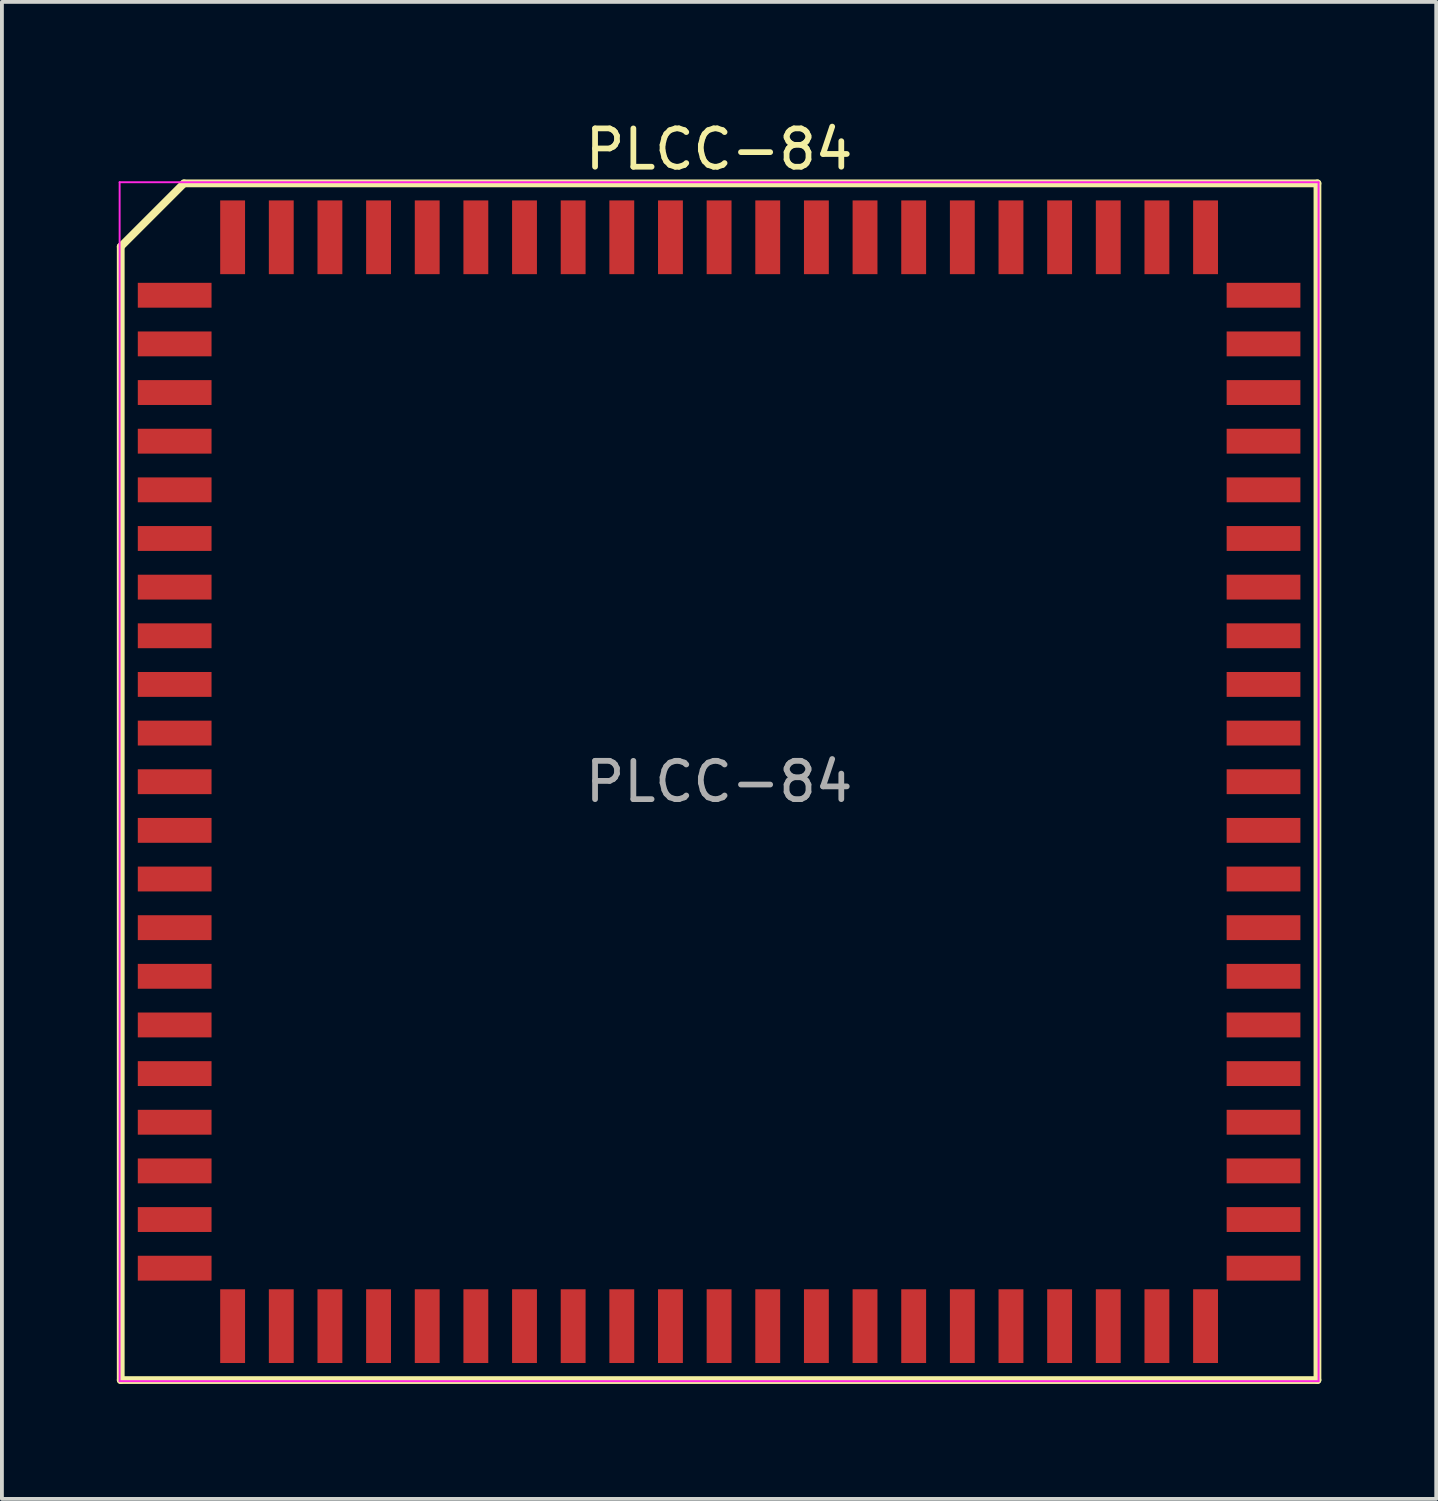
<source format=kicad_pcb>
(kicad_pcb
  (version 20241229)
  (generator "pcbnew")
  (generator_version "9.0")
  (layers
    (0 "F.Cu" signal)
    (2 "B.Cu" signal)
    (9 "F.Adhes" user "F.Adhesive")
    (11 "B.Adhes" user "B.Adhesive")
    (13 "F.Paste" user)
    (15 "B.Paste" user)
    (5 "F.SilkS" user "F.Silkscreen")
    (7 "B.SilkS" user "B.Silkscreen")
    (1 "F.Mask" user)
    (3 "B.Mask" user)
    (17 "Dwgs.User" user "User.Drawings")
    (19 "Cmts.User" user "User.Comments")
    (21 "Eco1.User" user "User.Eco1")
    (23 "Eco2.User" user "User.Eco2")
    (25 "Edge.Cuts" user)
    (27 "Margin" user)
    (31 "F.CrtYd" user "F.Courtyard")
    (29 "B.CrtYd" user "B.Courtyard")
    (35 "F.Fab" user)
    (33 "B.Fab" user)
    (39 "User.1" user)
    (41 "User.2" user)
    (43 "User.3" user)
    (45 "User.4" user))
  (footprint "PLCC-84"
    (layer "F.Cu")
    (at 15.723 17.358)
    (property "Reference" "PLCC-84" (at 0 -16.51 0) (layer "F.SilkS") (effects (font (size 1 1) (thickness 0.15))))
    (attr smd)
    (fp_line (start -15.621 -13.97) (end -15.621 15.621) (stroke (width 0.203) (type solid)) (layer "F.SilkS"))
    (fp_line (start -15.621 15.621) (end 15.621 15.621) (stroke (width 0.203) (type solid)) (layer "F.SilkS"))
    (fp_line (start -13.97 -15.621) (end -15.621 -13.97) (stroke (width 0.203) (type solid)) (layer "F.SilkS"))
    (fp_line (start 15.621 -15.621) (end -13.97 -15.621) (stroke (width 0.203) (type solid)) (layer "F.SilkS"))
    (fp_line (start 15.621 15.621) (end 15.621 -15.621) (stroke (width 0.203) (type solid)) (layer "F.SilkS"))
    (fp_line (start -15.65 -15.65) (end -15.65 15.65) (stroke (width 0.05) (type solid)) (layer "F.CrtYd"))
    (fp_line (start -15.65 15.65) (end 15.65 15.65) (stroke (width 0.05) (type solid)) (layer "F.CrtYd"))
    (fp_line (start 15.65 -15.65) (end -15.65 -15.65) (stroke (width 0.05) (type solid)) (layer "F.CrtYd"))
    (fp_line (start 15.65 15.65) (end 15.65 -15.65) (stroke (width 0.05) (type solid)) (layer "F.CrtYd"))
    (fp_text user "${REFERENCE}" (at 0 0 0) (layer "F.Fab") (effects (font (size 1 1) (thickness 0.15))))
    (pad "1" smd rect (at 0 -14.213) (size 0.649 1.925) (layers "F.Cu" "F.Mask" "F.Paste"))
    (pad "2" smd rect (at -1.27 -14.213) (size 0.649 1.925) (layers "F.Cu" "F.Mask" "F.Paste"))
    (pad "3" smd rect (at -2.54 -14.213) (size 0.649 1.925) (layers "F.Cu" "F.Mask" "F.Paste"))
    (pad "4" smd rect (at -3.81 -14.213) (size 0.649 1.925) (layers "F.Cu" "F.Mask" "F.Paste"))
    (pad "5" smd rect (at -5.08 -14.213) (size 0.649 1.925) (layers "F.Cu" "F.Mask" "F.Paste"))
    (pad "6" smd rect (at -6.35 -14.213) (size 0.649 1.925) (layers "F.Cu" "F.Mask" "F.Paste"))
    (pad "7" smd rect (at -7.62 -14.213) (size 0.649 1.925) (layers "F.Cu" "F.Mask" "F.Paste"))
    (pad "8" smd rect (at -8.89 -14.213) (size 0.649 1.925) (layers "F.Cu" "F.Mask" "F.Paste"))
    (pad "9" smd rect (at -10.16 -14.213) (size 0.649 1.925) (layers "F.Cu" "F.Mask" "F.Paste"))
    (pad "10" smd rect (at -11.43 -14.213) (size 0.649 1.925) (layers "F.Cu" "F.Mask" "F.Paste"))
    (pad "11" smd rect (at -12.7 -14.213) (size 0.649 1.925) (layers "F.Cu" "F.Mask" "F.Paste"))
    (pad "12" smd rect (at -14.213 -12.7 90) (size 0.649 1.925) (layers "F.Cu" "F.Mask" "F.Paste"))
    (pad "13" smd rect (at -14.213 -11.43 90) (size 0.649 1.925) (layers "F.Cu" "F.Mask" "F.Paste"))
    (pad "14" smd rect (at -14.213 -10.16 90) (size 0.649 1.925) (layers "F.Cu" "F.Mask" "F.Paste"))
    (pad "15" smd rect (at -14.213 -8.89 90) (size 0.649 1.925) (layers "F.Cu" "F.Mask" "F.Paste"))
    (pad "16" smd rect (at -14.213 -7.62 90) (size 0.649 1.925) (layers "F.Cu" "F.Mask" "F.Paste"))
    (pad "17" smd rect (at -14.213 -6.35 90) (size 0.649 1.925) (layers "F.Cu" "F.Mask" "F.Paste"))
    (pad "18" smd rect (at -14.213 -5.08 90) (size 0.649 1.925) (layers "F.Cu" "F.Mask" "F.Paste"))
    (pad "19" smd rect (at -14.213 -3.81 90) (size 0.649 1.925) (layers "F.Cu" "F.Mask" "F.Paste"))
    (pad "20" smd rect (at -14.213 -2.54 90) (size 0.649 1.925) (layers "F.Cu" "F.Mask" "F.Paste"))
    (pad "21" smd rect (at -14.213 -1.27 90) (size 0.649 1.925) (layers "F.Cu" "F.Mask" "F.Paste"))
    (pad "22" smd rect (at -14.213 0 90) (size 0.649 1.925) (layers "F.Cu" "F.Mask" "F.Paste"))
    (pad "23" smd rect (at -14.213 1.27 90) (size 0.649 1.925) (layers "F.Cu" "F.Mask" "F.Paste"))
    (pad "24" smd rect (at -14.213 2.54 90) (size 0.649 1.925) (layers "F.Cu" "F.Mask" "F.Paste"))
    (pad "25" smd rect (at -14.213 3.81 90) (size 0.649 1.925) (layers "F.Cu" "F.Mask" "F.Paste"))
    (pad "26" smd rect (at -14.213 5.08 90) (size 0.649 1.925) (layers "F.Cu" "F.Mask" "F.Paste"))
    (pad "27" smd rect (at -14.213 6.35 90) (size 0.649 1.925) (layers "F.Cu" "F.Mask" "F.Paste"))
    (pad "28" smd rect (at -14.213 7.62 90) (size 0.649 1.925) (layers "F.Cu" "F.Mask" "F.Paste"))
    (pad "29" smd rect (at -14.213 8.89 90) (size 0.649 1.925) (layers "F.Cu" "F.Mask" "F.Paste"))
    (pad "30" smd rect (at -14.213 10.16 90) (size 0.649 1.925) (layers "F.Cu" "F.Mask" "F.Paste"))
    (pad "31" smd rect (at -14.213 11.43 90) (size 0.649 1.925) (layers "F.Cu" "F.Mask" "F.Paste"))
    (pad "32" smd rect (at -14.213 12.7 90) (size 0.649 1.925) (layers "F.Cu" "F.Mask" "F.Paste"))
    (pad "33" smd rect (at -12.7 14.213) (size 0.649 1.925) (layers "F.Cu" "F.Mask" "F.Paste"))
    (pad "34" smd rect (at -11.43 14.213) (size 0.649 1.925) (layers "F.Cu" "F.Mask" "F.Paste"))
    (pad "35" smd rect (at -10.16 14.213) (size 0.649 1.925) (layers "F.Cu" "F.Mask" "F.Paste"))
    (pad "36" smd rect (at -8.89 14.213) (size 0.649 1.925) (layers "F.Cu" "F.Mask" "F.Paste"))
    (pad "37" smd rect (at -7.62 14.213) (size 0.649 1.925) (layers "F.Cu" "F.Mask" "F.Paste"))
    (pad "38" smd rect (at -6.35 14.213) (size 0.649 1.925) (layers "F.Cu" "F.Mask" "F.Paste"))
    (pad "39" smd rect (at -5.08 14.213) (size 0.649 1.925) (layers "F.Cu" "F.Mask" "F.Paste"))
    (pad "40" smd rect (at -3.81 14.213) (size 0.649 1.925) (layers "F.Cu" "F.Mask" "F.Paste"))
    (pad "41" smd rect (at -2.54 14.213) (size 0.649 1.925) (layers "F.Cu" "F.Mask" "F.Paste"))
    (pad "42" smd rect (at -1.27 14.213) (size 0.649 1.925) (layers "F.Cu" "F.Mask" "F.Paste"))
    (pad "43" smd rect (at 0 14.213) (size 0.649 1.925) (layers "F.Cu" "F.Mask" "F.Paste"))
    (pad "44" smd rect (at 1.27 14.213) (size 0.649 1.925) (layers "F.Cu" "F.Mask" "F.Paste"))
    (pad "45" smd rect (at 2.54 14.213) (size 0.649 1.925) (layers "F.Cu" "F.Mask" "F.Paste"))
    (pad "46" smd rect (at 3.81 14.213) (size 0.649 1.925) (layers "F.Cu" "F.Mask" "F.Paste"))
    (pad "47" smd rect (at 5.08 14.213) (size 0.649 1.925) (layers "F.Cu" "F.Mask" "F.Paste"))
    (pad "48" smd rect (at 6.35 14.213) (size 0.649 1.925) (layers "F.Cu" "F.Mask" "F.Paste"))
    (pad "49" smd rect (at 7.62 14.213) (size 0.649 1.925) (layers "F.Cu" "F.Mask" "F.Paste"))
    (pad "50" smd rect (at 8.89 14.213) (size 0.649 1.925) (layers "F.Cu" "F.Mask" "F.Paste"))
    (pad "51" smd rect (at 10.16 14.213) (size 0.649 1.925) (layers "F.Cu" "F.Mask" "F.Paste"))
    (pad "52" smd rect (at 11.43 14.213) (size 0.649 1.925) (layers "F.Cu" "F.Mask" "F.Paste"))
    (pad "53" smd rect (at 12.7 14.213) (size 0.649 1.925) (layers "F.Cu" "F.Mask" "F.Paste"))
    (pad "54" smd rect (at 14.213 12.7 90) (size 0.649 1.925) (layers "F.Cu" "F.Mask" "F.Paste"))
    (pad "55" smd rect (at 14.213 11.43 90) (size 0.649 1.925) (layers "F.Cu" "F.Mask" "F.Paste"))
    (pad "56" smd rect (at 14.213 10.16 90) (size 0.649 1.925) (layers "F.Cu" "F.Mask" "F.Paste"))
    (pad "57" smd rect (at 14.213 8.89 90) (size 0.649 1.925) (layers "F.Cu" "F.Mask" "F.Paste"))
    (pad "58" smd rect (at 14.213 7.62 90) (size 0.649 1.925) (layers "F.Cu" "F.Mask" "F.Paste"))
    (pad "59" smd rect (at 14.213 6.35 90) (size 0.649 1.925) (layers "F.Cu" "F.Mask" "F.Paste"))
    (pad "60" smd rect (at 14.213 5.08 90) (size 0.649 1.925) (layers "F.Cu" "F.Mask" "F.Paste"))
    (pad "61" smd rect (at 14.213 3.81 90) (size 0.649 1.925) (layers "F.Cu" "F.Mask" "F.Paste"))
    (pad "62" smd rect (at 14.213 2.54 90) (size 0.649 1.925) (layers "F.Cu" "F.Mask" "F.Paste"))
    (pad "63" smd rect (at 14.213 1.27 90) (size 0.649 1.925) (layers "F.Cu" "F.Mask" "F.Paste"))
    (pad "64" smd rect (at 14.213 0 90) (size 0.649 1.925) (layers "F.Cu" "F.Mask" "F.Paste"))
    (pad "65" smd rect (at 14.213 -1.27 90) (size 0.649 1.925) (layers "F.Cu" "F.Mask" "F.Paste"))
    (pad "66" smd rect (at 14.213 -2.54 90) (size 0.649 1.925) (layers "F.Cu" "F.Mask" "F.Paste"))
    (pad "67" smd rect (at 14.213 -3.81 90) (size 0.649 1.925) (layers "F.Cu" "F.Mask" "F.Paste"))
    (pad "68" smd rect (at 14.213 -5.08 90) (size 0.649 1.925) (layers "F.Cu" "F.Mask" "F.Paste"))
    (pad "69" smd rect (at 14.213 -6.35 90) (size 0.649 1.925) (layers "F.Cu" "F.Mask" "F.Paste"))
    (pad "70" smd rect (at 14.213 -7.62 90) (size 0.649 1.925) (layers "F.Cu" "F.Mask" "F.Paste"))
    (pad "71" smd rect (at 14.213 -8.89 90) (size 0.649 1.925) (layers "F.Cu" "F.Mask" "F.Paste"))
    (pad "72" smd rect (at 14.213 -10.16 90) (size 0.649 1.925) (layers "F.Cu" "F.Mask" "F.Paste"))
    (pad "73" smd rect (at 14.213 -11.43 90) (size 0.649 1.925) (layers "F.Cu" "F.Mask" "F.Paste"))
    (pad "74" smd rect (at 14.213 -12.7 90) (size 0.649 1.925) (layers "F.Cu" "F.Mask" "F.Paste"))
    (pad "75" smd rect (at 12.7 -14.213) (size 0.649 1.925) (layers "F.Cu" "F.Mask" "F.Paste"))
    (pad "76" smd rect (at 11.43 -14.213) (size 0.649 1.925) (layers "F.Cu" "F.Mask" "F.Paste"))
    (pad "77" smd rect (at 10.16 -14.213) (size 0.649 1.925) (layers "F.Cu" "F.Mask" "F.Paste"))
    (pad "78" smd rect (at 8.89 -14.213) (size 0.649 1.925) (layers "F.Cu" "F.Mask" "F.Paste"))
    (pad "79" smd rect (at 7.62 -14.213) (size 0.649 1.925) (layers "F.Cu" "F.Mask" "F.Paste"))
    (pad "80" smd rect (at 6.35 -14.213) (size 0.649 1.925) (layers "F.Cu" "F.Mask" "F.Paste"))
    (pad "81" smd rect (at 5.08 -14.213) (size 0.649 1.925) (layers "F.Cu" "F.Mask" "F.Paste"))
    (pad "82" smd rect (at 3.81 -14.213) (size 0.649 1.925) (layers "F.Cu" "F.Mask" "F.Paste"))
    (pad "83" smd rect (at 2.54 -14.213) (size 0.649 1.925) (layers "F.Cu" "F.Mask" "F.Paste"))
    (pad "84" smd rect (at 1.27 -14.213) (size 0.649 1.925) (layers "F.Cu" "F.Mask" "F.Paste")))
  (gr_rect
    (start -3 -3)
    (end 34.445 36.081)
    (stroke (width 0.1) (type default))
    (fill no)
    (layer "Edge.Cuts")))
</source>
